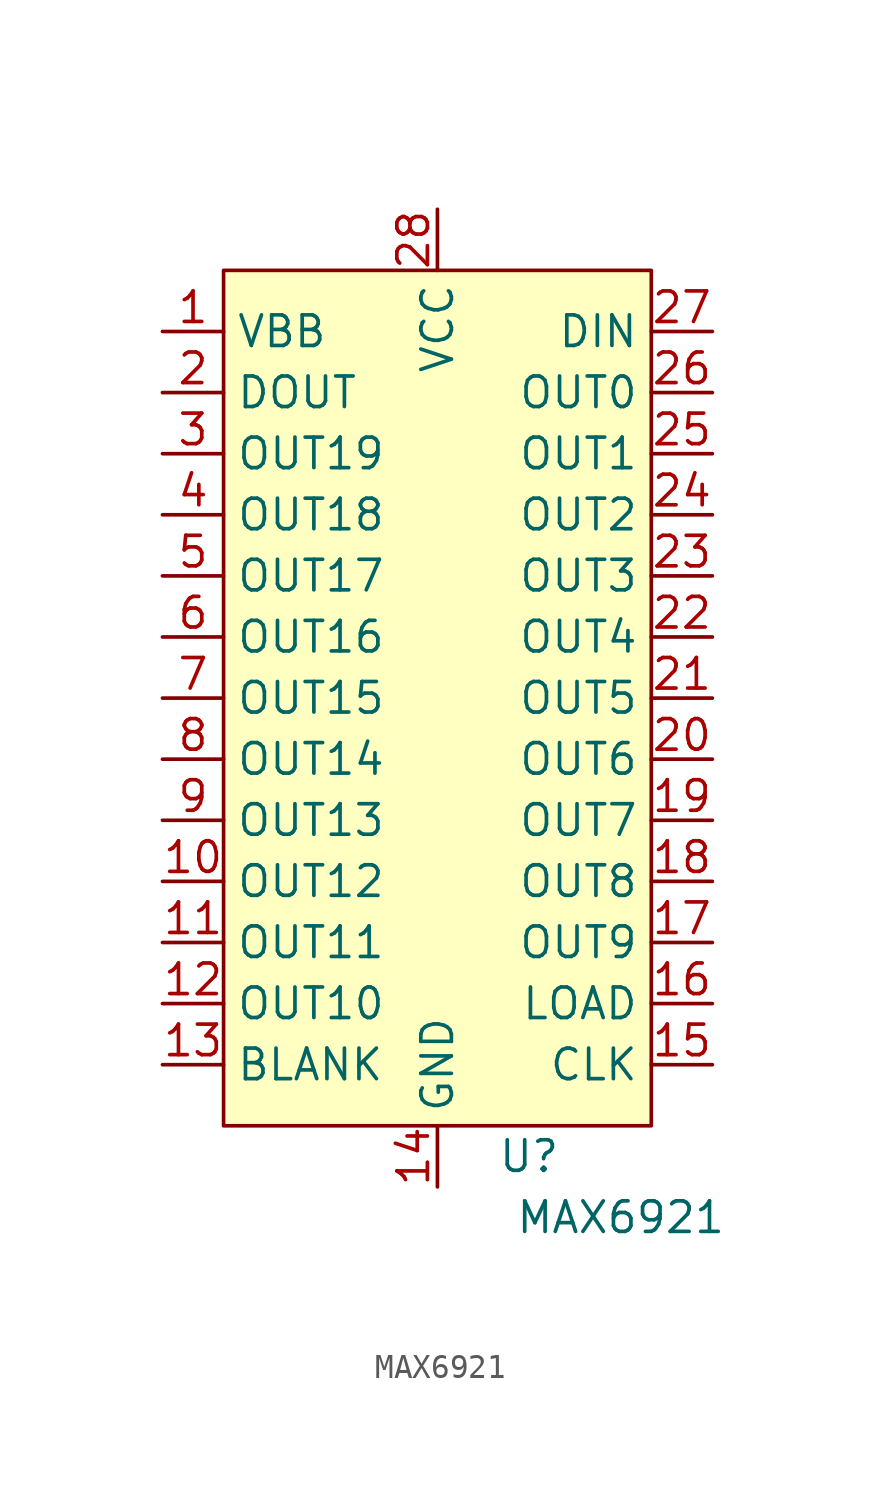
<source format=kicad_sym>
(kicad_symbol_lib
  (version 20220914)
  (generator kicad_symbol_editor)
  (symbol "MAX6921"
    (property "Reference" "U"
      (at 3.81 -19.05 0)
      (effects (font (size 1.27 1.27))))
    (property "Value" "MAX6921"
      (at 7.62 -21.59 0)
      (effects (font (size 1.27 1.27))))
    (symbol "MAX6921_1_1"
      (rectangle (start -8.89 17.78) (end 8.89 -17.78) (stroke (width 0) (type default)) (fill (type background)))
      (pin input line (at -11.43 15.24 0) (length 2.54) (name "VBB" (effects (font (size 1.27 1.27)))) (number "1" (effects (font (size 1.27 1.27)))))
      (pin input line (at -11.43 -7.62 0) (length 2.54) (name "OUT12" (effects (font (size 1.27 1.27)))) (number "10" (effects (font (size 1.27 1.27)))))
      (pin input line (at -11.43 -10.16 0) (length 2.54) (name "OUT11" (effects (font (size 1.27 1.27)))) (number "11" (effects (font (size 1.27 1.27)))))
      (pin input line (at -11.43 -12.7 0) (length 2.54) (name "OUT10" (effects (font (size 1.27 1.27)))) (number "12" (effects (font (size 1.27 1.27)))))
      (pin input line (at -11.43 -15.24 0) (length 2.54) (name "BLANK" (effects (font (size 1.27 1.27)))) (number "13" (effects (font (size 1.27 1.27)))))
      (pin input line (at 0 -20.32 90) (length 2.54) (name "GND" (effects (font (size 1.27 1.27)))) (number "14" (effects (font (size 1.27 1.27)))))
      (pin input line (at 11.43 -15.24 180) (length 2.54) (name "CLK" (effects (font (size 1.27 1.27)))) (number "15" (effects (font (size 1.27 1.27)))))
      (pin input line (at 11.43 -12.7 180) (length 2.54) (name "LOAD" (effects (font (size 1.27 1.27)))) (number "16" (effects (font (size 1.27 1.27)))))
      (pin input line (at 11.43 -10.16 180) (length 2.54) (name "OUT9" (effects (font (size 1.27 1.27)))) (number "17" (effects (font (size 1.27 1.27)))))
      (pin input line (at 11.43 -7.62 180) (length 2.54) (name "OUT8" (effects (font (size 1.27 1.27)))) (number "18" (effects (font (size 1.27 1.27)))))
      (pin input line (at 11.43 -5.08 180) (length 2.54) (name "OUT7" (effects (font (size 1.27 1.27)))) (number "19" (effects (font (size 1.27 1.27)))))
      (pin input line (at -11.43 12.7 0) (length 2.54) (name "DOUT" (effects (font (size 1.27 1.27)))) (number "2" (effects (font (size 1.27 1.27)))))
      (pin input line (at 11.43 -2.54 180) (length 2.54) (name "OUT6" (effects (font (size 1.27 1.27)))) (number "20" (effects (font (size 1.27 1.27)))))
      (pin output line (at 11.43 0 180) (length 2.54) (name "OUT5" (effects (font (size 1.27 1.27)))) (number "21" (effects (font (size 1.27 1.27)))))
      (pin input line (at 11.43 2.54 180) (length 2.54) (name "OUT4" (effects (font (size 1.27 1.27)))) (number "22" (effects (font (size 1.27 1.27)))))
      (pin input line (at 11.43 5.08 180) (length 2.54) (name "OUT3" (effects (font (size 1.27 1.27)))) (number "23" (effects (font (size 1.27 1.27)))))
      (pin input line (at 11.43 7.62 180) (length 2.54) (name "OUT2" (effects (font (size 1.27 1.27)))) (number "24" (effects (font (size 1.27 1.27)))))
      (pin input line (at 11.43 10.16 180) (length 2.54) (name "OUT1" (effects (font (size 1.27 1.27)))) (number "25" (effects (font (size 1.27 1.27)))))
      (pin input line (at 11.43 12.7 180) (length 2.54) (name "OUT0" (effects (font (size 1.27 1.27)))) (number "26" (effects (font (size 1.27 1.27)))))
      (pin input line (at 11.43 15.24 180) (length 2.54) (name "DIN" (effects (font (size 1.27 1.27)))) (number "27" (effects (font (size 1.27 1.27)))))
      (pin input line (at 0 20.32 270) (length 2.54) (name "VCC" (effects (font (size 1.27 1.27)))) (number "28" (effects (font (size 1.27 1.27)))))
      (pin input line (at -11.43 10.16 0) (length 2.54) (name "OUT19" (effects (font (size 1.27 1.27)))) (number "3" (effects (font (size 1.27 1.27)))))
      (pin input line (at -11.43 7.62 0) (length 2.54) (name "OUT18" (effects (font (size 1.27 1.27)))) (number "4" (effects (font (size 1.27 1.27)))))
      (pin input line (at -11.43 5.08 0) (length 2.54) (name "OUT17" (effects (font (size 1.27 1.27)))) (number "5" (effects (font (size 1.27 1.27)))))
      (pin input line (at -11.43 2.54 0) (length 2.54) (name "OUT16" (effects (font (size 1.27 1.27)))) (number "6" (effects (font (size 1.27 1.27)))))
      (pin input line (at -11.43 0 0) (length 2.54) (name "OUT15" (effects (font (size 1.27 1.27)))) (number "7" (effects (font (size 1.27 1.27)))))
      (pin input line (at -11.43 -2.54 0) (length 2.54) (name "OUT14" (effects (font (size 1.27 1.27)))) (number "8" (effects (font (size 1.27 1.27)))))
      (pin input line (at -11.43 -5.08 0) (length 2.54) (name "OUT13" (effects (font (size 1.27 1.27)))) (number "9" (effects (font (size 1.27 1.27))))))))
</source>
